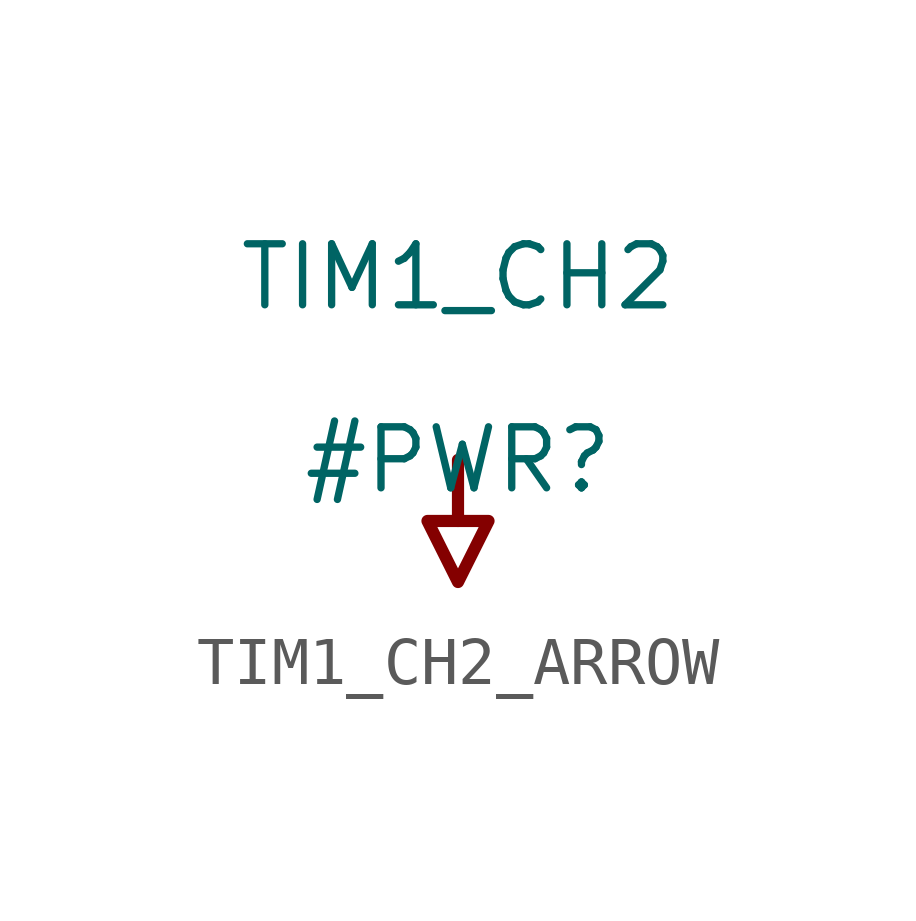
<source format=kicad_sym>
(kicad_symbol_lib
  (version 20231120)
  (generator "kicad_symbol_editor")
  (generator_version "8.0")
  (symbol "TIM1_CH2_ARROW"
    (power)
    (property "Reference" "#PWR"
      (at 0 0 0)
      (effects (font (size 1.27 1.27))))
    (property "Value" "TIM1_CH2"
      (at 0 3.81 0)
      (effects (font (size 1.27 1.27))))
    (symbol "TIM1_CH2_ARROW_0_0"
      (polyline (pts (xy 0 0) (xy 0 -1.27)) (stroke (width 0.254) (type solid)) (fill (type none)))
      (polyline (pts (xy -0.635 -1.27) (xy 0.635 -1.27) (xy 0 -2.54) (xy -0.635 -1.27)) (stroke (width 0.254) (type solid)) (fill (type none)))
      (pin power_in line (at 0 0 0) (length 0) hide (name "TIM1_CH2" (effects (font (size 1.27 1.27)))) (number "" (effects (font (size 1.27 1.27))))))))
</source>
